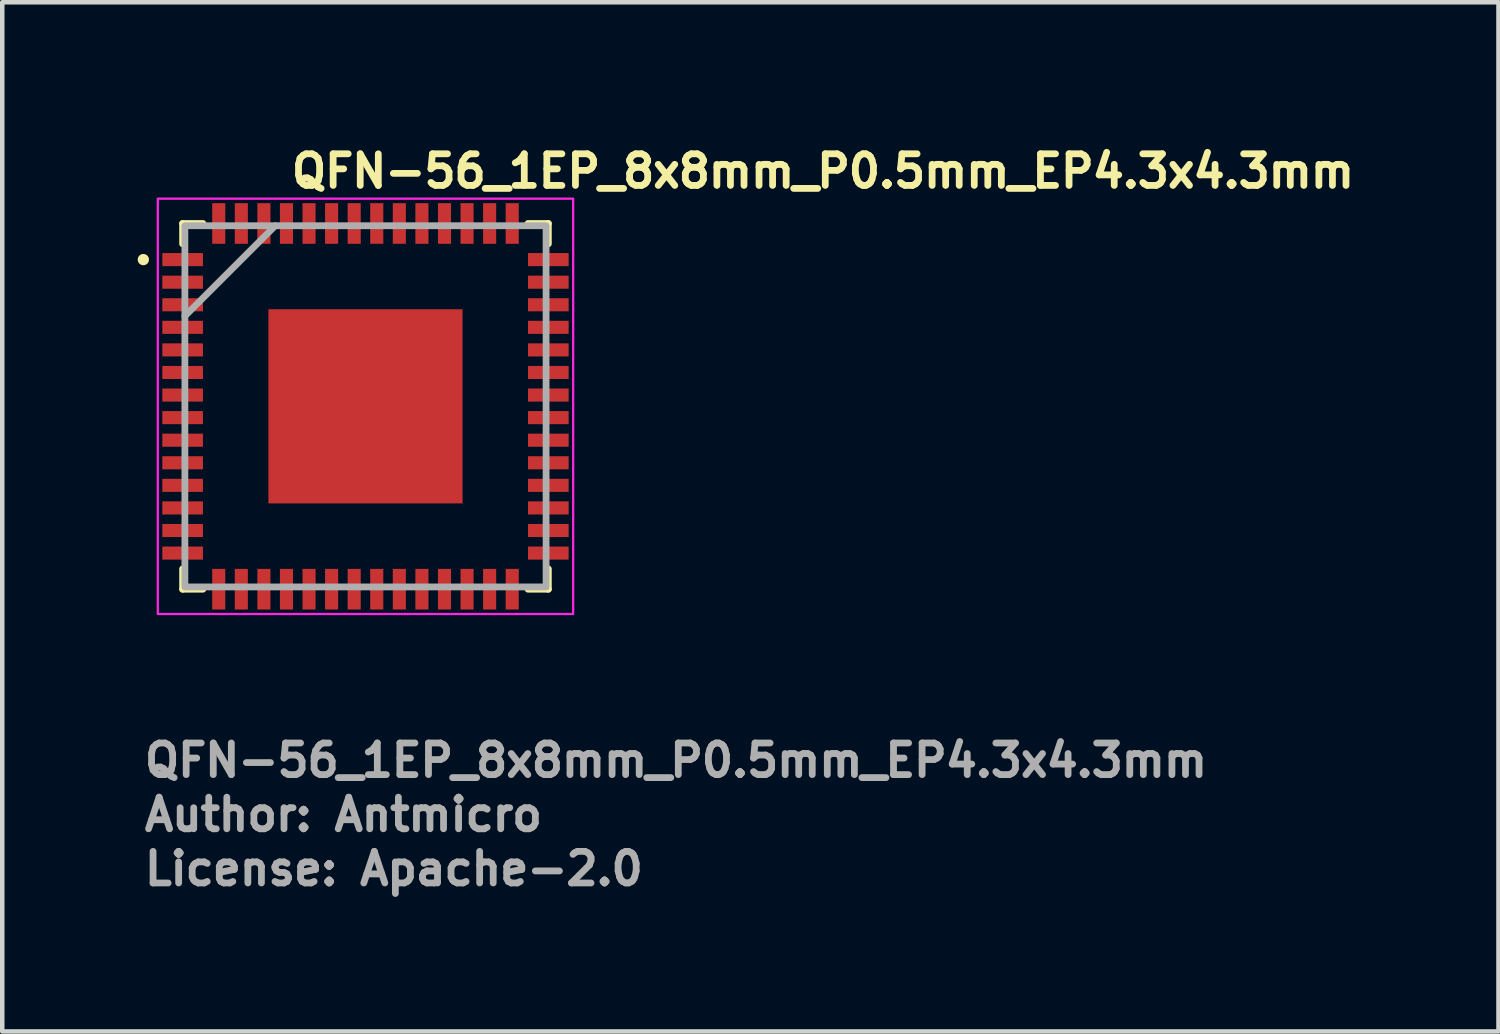
<source format=kicad_pcb>
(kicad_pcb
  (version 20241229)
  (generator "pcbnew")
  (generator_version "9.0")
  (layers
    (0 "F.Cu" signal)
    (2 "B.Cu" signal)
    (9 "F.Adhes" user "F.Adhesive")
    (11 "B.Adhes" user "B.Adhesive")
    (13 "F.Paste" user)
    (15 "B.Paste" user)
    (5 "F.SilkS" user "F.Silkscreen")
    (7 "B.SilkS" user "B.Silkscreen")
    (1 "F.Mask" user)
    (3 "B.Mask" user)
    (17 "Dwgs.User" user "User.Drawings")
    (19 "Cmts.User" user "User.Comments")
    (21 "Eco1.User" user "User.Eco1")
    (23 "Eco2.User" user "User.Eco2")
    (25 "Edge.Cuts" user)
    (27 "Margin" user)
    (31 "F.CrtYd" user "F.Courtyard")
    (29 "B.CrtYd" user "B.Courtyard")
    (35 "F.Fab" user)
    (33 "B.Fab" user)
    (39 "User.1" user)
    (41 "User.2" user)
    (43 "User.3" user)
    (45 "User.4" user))
  (footprint "QFN-56_1EP_8x8mm_P0.5mm_EP4.3x4.3mm"
    (layer "F.Cu")
    (at 5.045 5.95)
    (property "Reference" "QFN-56_1EP_8x8mm_P0.5mm_EP4.3x4.3mm" (at -1.715 -4.8 0) (layer "F.SilkS") (effects (font (size 0.7 0.7) (thickness 0.15)) (justify left bottom)))
    (attr smd)
    (fp_line (start -4.05 -4.05) (end -4.05 -3.6) (stroke (width 0.15) (type solid)) (layer "F.SilkS"))
    (fp_line (start -4.05 -4.05) (end -3.6 -4.05) (stroke (width 0.15) (type solid)) (layer "F.SilkS"))
    (fp_line (start -4.05 4.05) (end -4.05 3.6) (stroke (width 0.15) (type solid)) (layer "F.SilkS"))
    (fp_line (start -4.05 4.05) (end -3.6 4.05) (stroke (width 0.15) (type solid)) (layer "F.SilkS"))
    (fp_line (start 4.05 -4.05) (end 3.6 -4.05) (stroke (width 0.15) (type solid)) (layer "F.SilkS"))
    (fp_line (start 4.05 -4.05) (end 4.05 -3.6) (stroke (width 0.15) (type solid)) (layer "F.SilkS"))
    (fp_line (start 4.05 4.05) (end 3.6 4.05) (stroke (width 0.15) (type solid)) (layer "F.SilkS"))
    (fp_line (start 4.05 4.05) (end 4.05 3.6) (stroke (width 0.15) (type solid)) (layer "F.SilkS"))
    (fp_circle (center -4.92 -3.25) (end -4.87 -3.25) (stroke (width 0.15) (type solid)) (fill yes) (layer "F.SilkS"))
    (fp_poly (pts (xy -1.8 -1.675) (xy -0.4 -1.675) (xy -0.4 -0.375) (xy -1.8 -0.375)) (stroke (width 0.01) (type solid)) (fill yes) (layer "F.Paste"))
    (fp_poly (pts (xy -1.8 0.375) (xy -0.4 0.375) (xy -0.4 1.675) (xy -1.8 1.675)) (stroke (width 0.01) (type solid)) (fill yes) (layer "F.Paste"))
    (fp_poly (pts (xy 0.4 -1.675) (xy 1.8 -1.675) (xy 1.8 -0.375) (xy 0.4 -0.375)) (stroke (width 0.01) (type solid)) (fill yes) (layer "F.Paste"))
    (fp_poly (pts (xy 0.4 0.375) (xy 1.8 0.375) (xy 1.8 1.675) (xy 0.4 1.675)) (stroke (width 0.01) (type solid)) (fill yes) (layer "F.Paste"))
    (fp_rect (start -4.6 -4.6) (end 4.6 4.6) (stroke (width 0.05) (type solid)) (fill no) (layer "F.CrtYd"))
    (fp_line (start -4 -2) (end -2 -4) (stroke (width 0.15) (type solid)) (layer "F.Fab"))
    (fp_rect (start -4 -4) (end 4 4) (stroke (width 0.15) (type solid)) (fill no) (layer "F.Fab"))
    (fp_rect (start -4 -4) (end 4 4) (stroke (width 0.1) (type solid)) (fill no) (layer "User.5"))
    (fp_line (start -4 -4) (end -4 4) (stroke (width 0.02) (type solid)) (layer "User.9"))
    (fp_line (start -4 4) (end 4 4) (stroke (width 0.02) (type solid)) (layer "User.9"))
    (fp_line (start 4 -4) (end -4 -4) (stroke (width 0.02) (type solid)) (layer "User.9"))
    (fp_line (start 4 4) (end 4 -4) (stroke (width 0.02) (type solid)) (layer "User.9"))
    (fp_text user "${REFERENCE}" (at -4.97 8.25 0) (layer "F.Fab") (effects (font (size 0.7 0.7) (thickness 0.15)) (justify left bottom)))
    (fp_text user "Author: Antmicro" (at -4.97 9.45 0) (layer "F.Fab") (effects (font (size 0.7 0.7) (thickness 0.15)) (justify left bottom)))
    (fp_text user "License: Apache-2.0" (at -4.97 10.65 0) (layer "F.Fab") (effects (font (size 0.7 0.7) (thickness 0.15)) (justify left bottom)))
    (pad "1" smd rect (at -4.05 -3.25) (size 0.9 0.29) (layers "F.Cu" "F.Mask" "F.Paste"))
    (pad "2" smd rect (at -4.05 -2.75) (size 0.9 0.29) (layers "F.Cu" "F.Mask" "F.Paste"))
    (pad "3" smd rect (at -4.05 -2.25) (size 0.9 0.29) (layers "F.Cu" "F.Mask" "F.Paste"))
    (pad "4" smd rect (at -4.05 -1.75) (size 0.9 0.29) (layers "F.Cu" "F.Mask" "F.Paste"))
    (pad "5" smd rect (at -4.05 -1.25) (size 0.9 0.29) (layers "F.Cu" "F.Mask" "F.Paste"))
    (pad "6" smd rect (at -4.05 -0.75) (size 0.9 0.29) (layers "F.Cu" "F.Mask" "F.Paste"))
    (pad "7" smd rect (at -4.05 -0.25) (size 0.9 0.29) (layers "F.Cu" "F.Mask" "F.Paste"))
    (pad "8" smd rect (at -4.05 0.25) (size 0.9 0.29) (layers "F.Cu" "F.Mask" "F.Paste"))
    (pad "9" smd rect (at -4.05 0.75) (size 0.9 0.29) (layers "F.Cu" "F.Mask" "F.Paste"))
    (pad "10" smd rect (at -4.05 1.25) (size 0.9 0.29) (layers "F.Cu" "F.Mask" "F.Paste"))
    (pad "11" smd rect (at -4.05 1.75) (size 0.9 0.29) (layers "F.Cu" "F.Mask" "F.Paste"))
    (pad "12" smd rect (at -4.05 2.25) (size 0.9 0.29) (layers "F.Cu" "F.Mask" "F.Paste"))
    (pad "13" smd rect (at -4.05 2.75) (size 0.9 0.29) (layers "F.Cu" "F.Mask" "F.Paste"))
    (pad "14" smd rect (at -4.05 3.25) (size 0.9 0.29) (layers "F.Cu" "F.Mask" "F.Paste"))
    (pad "15" smd rect (at -3.25 4.05) (size 0.29 0.9) (layers "F.Cu" "F.Mask" "F.Paste"))
    (pad "16" smd rect (at -2.75 4.05) (size 0.29 0.9) (layers "F.Cu" "F.Mask" "F.Paste"))
    (pad "17" smd rect (at -2.25 4.05) (size 0.29 0.9) (layers "F.Cu" "F.Mask" "F.Paste"))
    (pad "18" smd rect (at -1.75 4.05) (size 0.29 0.9) (layers "F.Cu" "F.Mask" "F.Paste"))
    (pad "19" smd rect (at -1.25 4.05) (size 0.29 0.9) (layers "F.Cu" "F.Mask" "F.Paste"))
    (pad "20" smd rect (at -0.75 4.05) (size 0.29 0.9) (layers "F.Cu" "F.Mask" "F.Paste"))
    (pad "21" smd rect (at -0.25 4.05) (size 0.29 0.9) (layers "F.Cu" "F.Mask" "F.Paste"))
    (pad "22" smd rect (at 0.25 4.05) (size 0.29 0.9) (layers "F.Cu" "F.Mask" "F.Paste"))
    (pad "23" smd rect (at 0.75 4.05) (size 0.29 0.9) (layers "F.Cu" "F.Mask" "F.Paste"))
    (pad "24" smd rect (at 1.25 4.05) (size 0.29 0.9) (layers "F.Cu" "F.Mask" "F.Paste"))
    (pad "25" smd rect (at 1.75 4.05) (size 0.29 0.9) (layers "F.Cu" "F.Mask" "F.Paste"))
    (pad "26" smd rect (at 2.25 4.05) (size 0.29 0.9) (layers "F.Cu" "F.Mask" "F.Paste"))
    (pad "27" smd rect (at 2.75 4.05) (size 0.29 0.9) (layers "F.Cu" "F.Mask" "F.Paste"))
    (pad "28" smd rect (at 3.25 4.05) (size 0.29 0.9) (layers "F.Cu" "F.Mask" "F.Paste"))
    (pad "29" smd rect (at 4.05 3.25) (size 0.9 0.29) (layers "F.Cu" "F.Mask" "F.Paste"))
    (pad "30" smd rect (at 4.05 2.75) (size 0.9 0.29) (layers "F.Cu" "F.Mask" "F.Paste"))
    (pad "31" smd rect (at 4.05 2.25) (size 0.9 0.29) (layers "F.Cu" "F.Mask" "F.Paste"))
    (pad "32" smd rect (at 4.05 1.75) (size 0.9 0.29) (layers "F.Cu" "F.Mask" "F.Paste"))
    (pad "33" smd rect (at 4.05 1.25) (size 0.9 0.29) (layers "F.Cu" "F.Mask" "F.Paste"))
    (pad "34" smd rect (at 4.05 0.75) (size 0.9 0.29) (layers "F.Cu" "F.Mask" "F.Paste"))
    (pad "35" smd rect (at 4.05 0.25) (size 0.9 0.29) (layers "F.Cu" "F.Mask" "F.Paste"))
    (pad "36" smd rect (at 4.05 -0.25) (size 0.9 0.29) (layers "F.Cu" "F.Mask" "F.Paste"))
    (pad "37" smd rect (at 4.05 -0.75) (size 0.9 0.29) (layers "F.Cu" "F.Mask" "F.Paste"))
    (pad "38" smd rect (at 4.05 -1.25) (size 0.9 0.29) (layers "F.Cu" "F.Mask" "F.Paste"))
    (pad "39" smd rect (at 4.05 -1.75) (size 0.9 0.29) (layers "F.Cu" "F.Mask" "F.Paste"))
    (pad "40" smd rect (at 4.05 -2.25) (size 0.9 0.29) (layers "F.Cu" "F.Mask" "F.Paste"))
    (pad "41" smd rect (at 4.05 -2.75) (size 0.9 0.29) (layers "F.Cu" "F.Mask" "F.Paste"))
    (pad "42" smd rect (at 4.05 -3.25) (size 0.9 0.29) (layers "F.Cu" "F.Mask" "F.Paste"))
    (pad "43" smd rect (at 3.25 -4.05) (size 0.29 0.9) (layers "F.Cu" "F.Mask" "F.Paste"))
    (pad "44" smd rect (at 2.75 -4.05) (size 0.29 0.9) (layers "F.Cu" "F.Mask" "F.Paste"))
    (pad "45" smd rect (at 2.25 -4.05) (size 0.29 0.9) (layers "F.Cu" "F.Mask" "F.Paste"))
    (pad "46" smd rect (at 1.75 -4.05) (size 0.29 0.9) (layers "F.Cu" "F.Mask" "F.Paste"))
    (pad "47" smd rect (at 1.25 -4.05) (size 0.29 0.9) (layers "F.Cu" "F.Mask" "F.Paste"))
    (pad "48" smd rect (at 0.75 -4.05) (size 0.29 0.9) (layers "F.Cu" "F.Mask" "F.Paste"))
    (pad "49" smd rect (at 0.25 -4.05) (size 0.29 0.9) (layers "F.Cu" "F.Mask" "F.Paste"))
    (pad "50" smd rect (at -0.25 -4.05) (size 0.29 0.9) (layers "F.Cu" "F.Mask" "F.Paste"))
    (pad "51" smd rect (at -0.75 -4.05) (size 0.29 0.9) (layers "F.Cu" "F.Mask" "F.Paste"))
    (pad "52" smd rect (at -1.25 -4.05) (size 0.29 0.9) (layers "F.Cu" "F.Mask" "F.Paste"))
    (pad "53" smd rect (at -1.75 -4.05) (size 0.29 0.9) (layers "F.Cu" "F.Mask" "F.Paste"))
    (pad "54" smd rect (at -2.25 -4.05) (size 0.29 0.9) (layers "F.Cu" "F.Mask" "F.Paste"))
    (pad "55" smd rect (at -2.75 -4.05) (size 0.29 0.9) (layers "F.Cu" "F.Mask" "F.Paste"))
    (pad "56" smd rect (at -3.25 -4.05) (size 0.29 0.9) (layers "F.Cu" "F.Mask" "F.Paste"))
    (pad "57" smd rect (at 0 0) (size 4.3 4.3) (layers "F.Cu" "F.Mask")))
  (gr_rect
    (start -3 -3)
    (end 30.14 19.796)
    (stroke (width 0.1) (type default))
    (fill no)
    (layer "Edge.Cuts")))
</source>
